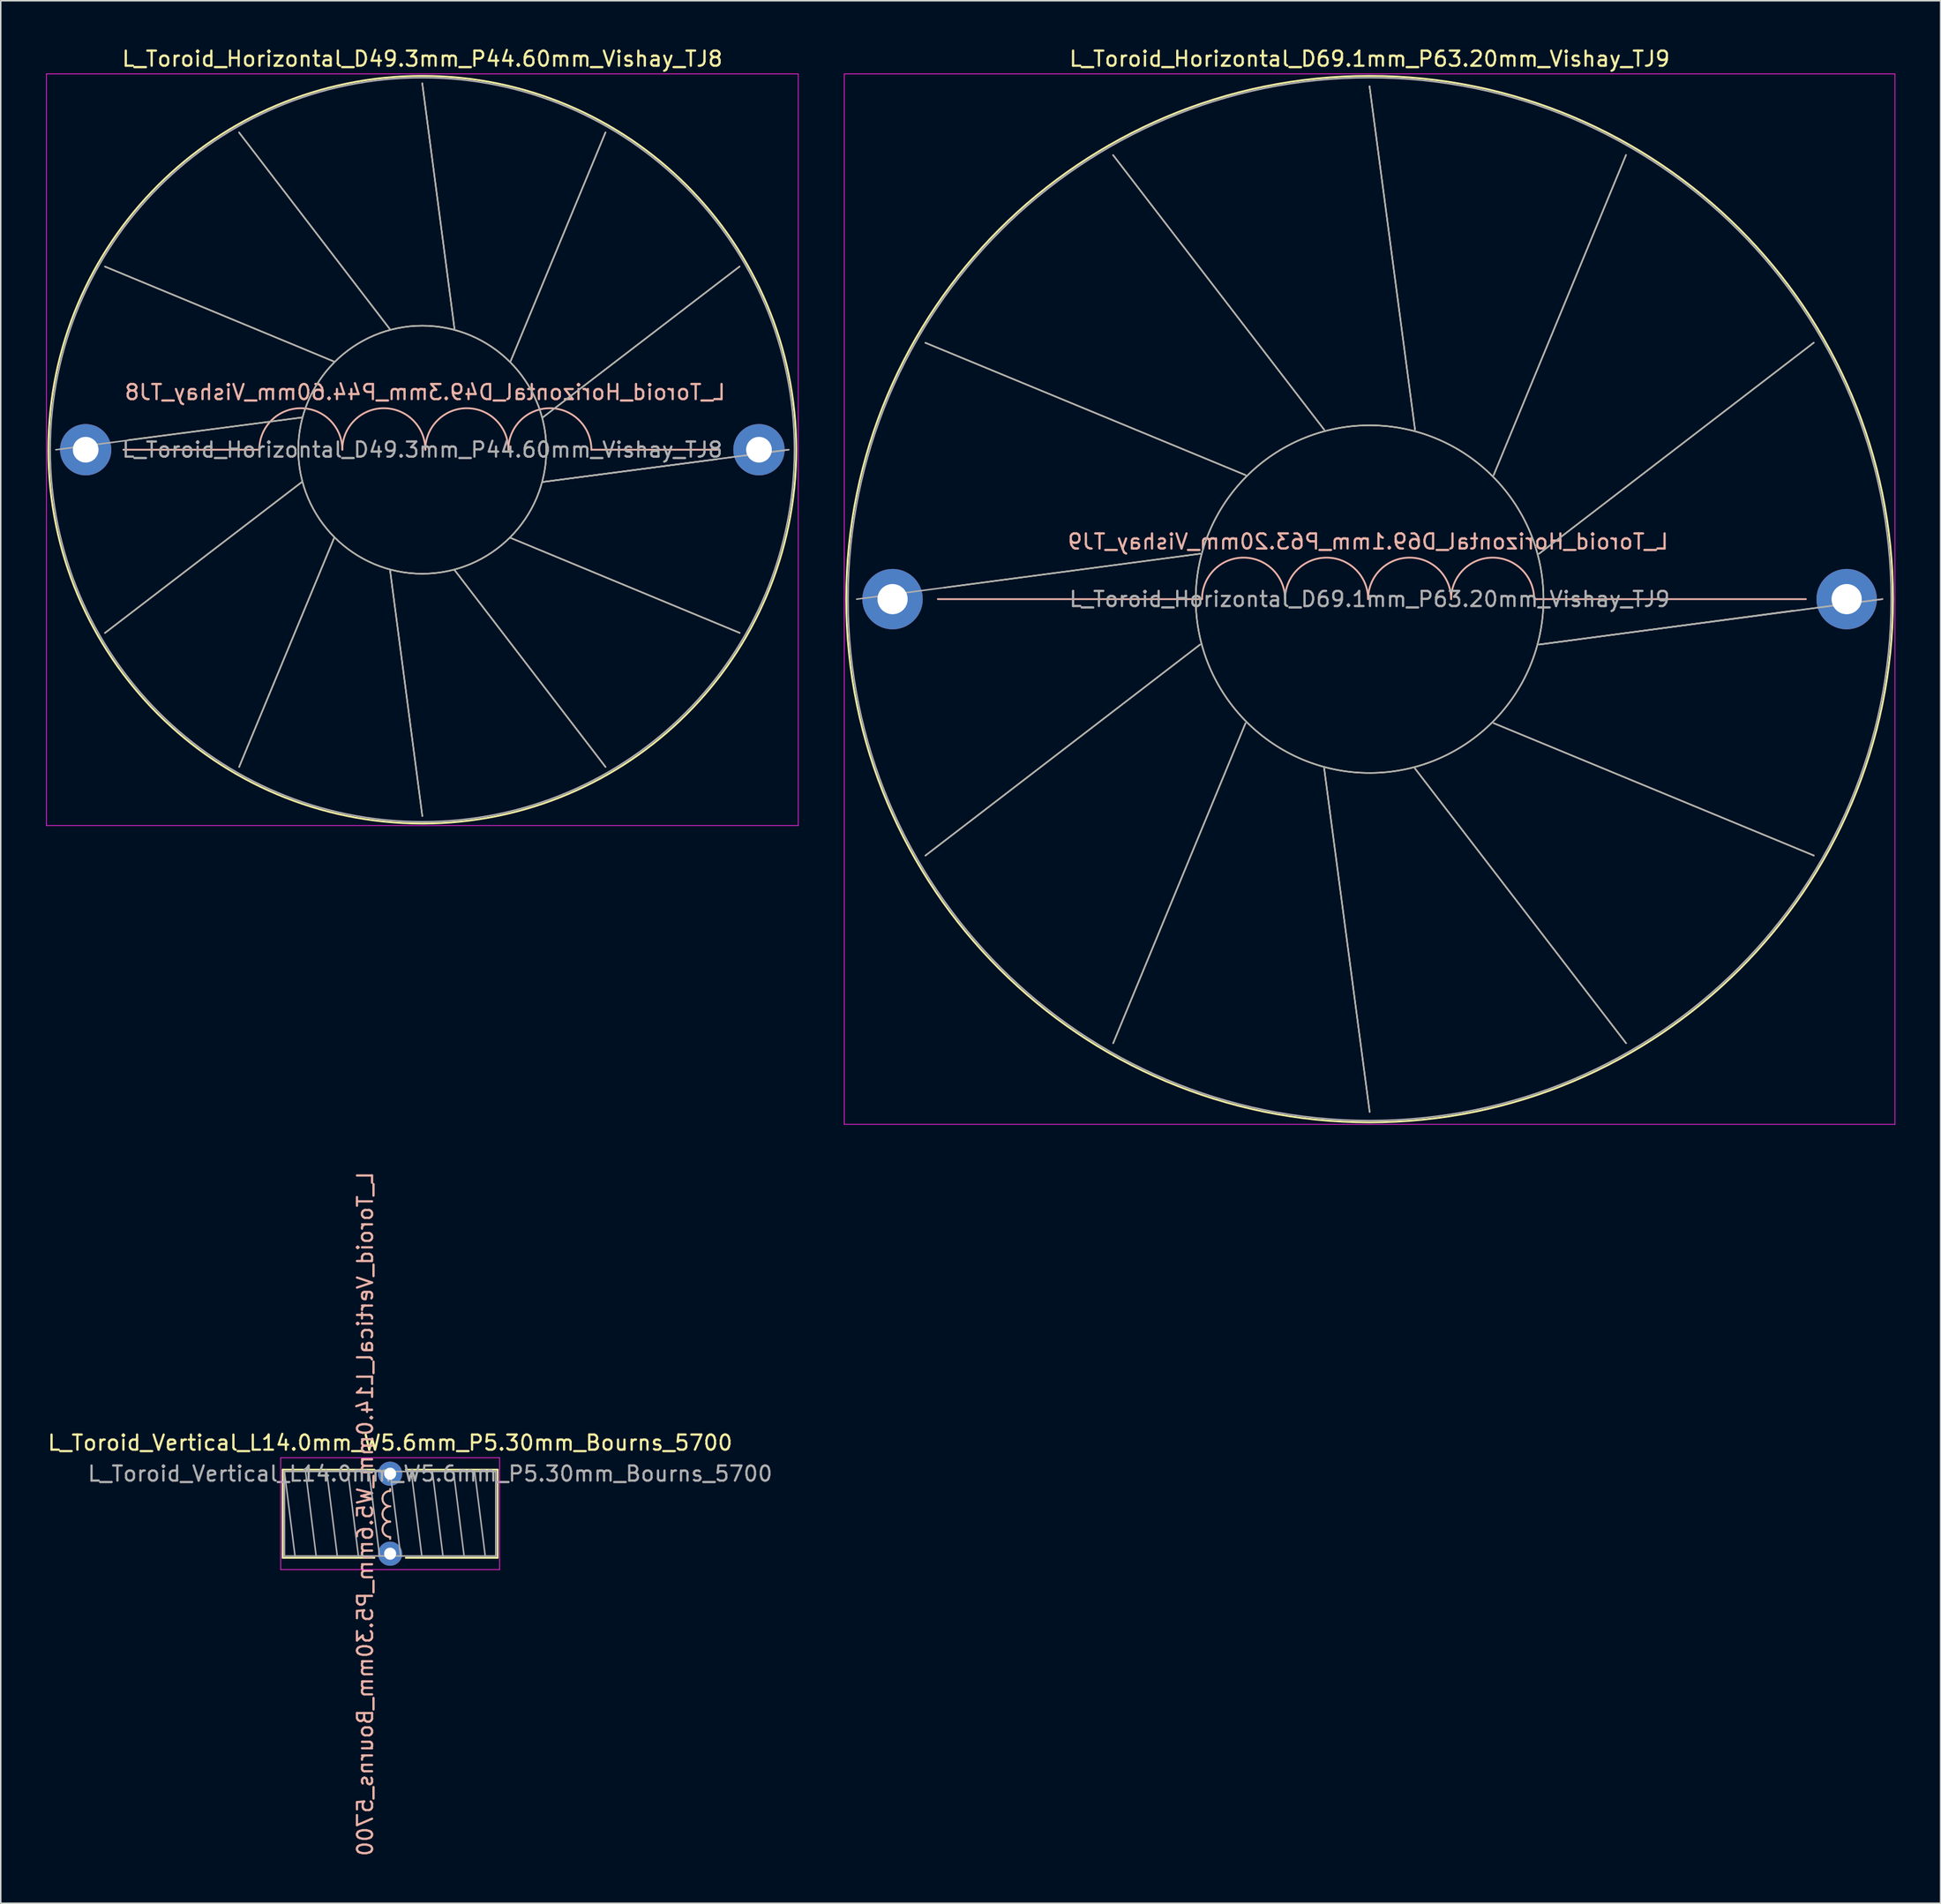
<source format=kicad_pcb>
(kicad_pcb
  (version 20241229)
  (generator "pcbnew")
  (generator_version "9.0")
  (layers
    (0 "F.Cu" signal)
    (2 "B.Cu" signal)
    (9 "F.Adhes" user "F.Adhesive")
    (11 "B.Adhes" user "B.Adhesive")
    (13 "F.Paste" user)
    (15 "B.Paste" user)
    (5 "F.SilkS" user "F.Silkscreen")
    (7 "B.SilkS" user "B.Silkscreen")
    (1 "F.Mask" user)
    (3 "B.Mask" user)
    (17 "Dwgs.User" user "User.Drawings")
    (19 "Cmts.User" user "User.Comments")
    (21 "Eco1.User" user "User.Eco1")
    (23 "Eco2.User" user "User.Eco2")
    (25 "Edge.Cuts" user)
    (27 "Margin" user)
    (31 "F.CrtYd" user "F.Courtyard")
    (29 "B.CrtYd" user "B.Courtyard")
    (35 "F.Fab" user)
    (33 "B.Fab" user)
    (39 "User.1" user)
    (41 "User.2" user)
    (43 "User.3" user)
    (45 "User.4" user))
  (footprint "L_Toroid_Horizontal_D69.1mm_P63.20mm_Vishay_TJ9"
    (layer "F.Cu")
    (at 56.075 36.648)
    (property "Reference" "L_Toroid_Horizontal_D69.1mm_P63.20mm_Vishay_TJ9" (at 31.6 -35.8 0) (layer "F.SilkS") (effects (font (size 1 1) (thickness 0.15))))
    (fp_line (start 2.174 -16.985) (end 23.379 -8.219) (stroke (width 0.1) (type solid)) (layer "F.SilkS"))
    (fp_line (start 2.177 16.991) (end 20.372 3.01) (stroke (width 0.1) (type solid)) (layer "F.SilkS"))
    (fp_line (start 3.429 -0.762) (end 20.371 -3.008) (stroke (width 0.1) (type solid)) (layer "F.SilkS"))
    (fp_line (start 14.608 -29.422) (end 28.59 -11.228) (stroke (width 0.1) (type solid)) (layer "F.SilkS"))
    (fp_line (start 14.614 29.426) (end 23.381 8.22) (stroke (width 0.1) (type solid)) (layer "F.SilkS"))
    (fp_line (start 31.595 -33.977) (end 34.607 -11.229) (stroke (width 0.1) (type solid)) (layer "F.SilkS"))
    (fp_line (start 31.602 33.977) (end 28.592 11.229) (stroke (width 0.1) (type solid)) (layer "F.SilkS"))
    (fp_line (start 48.584 -29.427) (end 39.819 -8.221) (stroke (width 0.1) (type solid)) (layer "F.SilkS"))
    (fp_line (start 48.589 29.424) (end 34.609 11.228) (stroke (width 0.1) (type solid)) (layer "F.SilkS"))
    (fp_line (start 59.69 0.762) (end 42.829 3.009) (stroke (width 0.1) (type solid)) (layer "F.SilkS"))
    (fp_line (start 61.022 -16.993) (end 42.828 -3.011) (stroke (width 0.1) (type solid)) (layer "F.SilkS"))
    (fp_line (start 61.025 16.988) (end 39.82 8.22) (stroke (width 0.1) (type solid)) (layer "F.SilkS"))
    (fp_circle (center 31.6 0) (end 43.117 0) (stroke (width 0.1) (type solid)) (fill no) (layer "F.SilkS"))
    (fp_circle (center 31.6 0) (end 66.27 0) (stroke (width 0.12) (type solid)) (fill no) (layer "F.SilkS"))
    (fp_line (start 20.5 0) (end 3 0) (stroke (width 0.12) (type solid)) (layer "B.SilkS"))
    (fp_line (start 42.5 0) (end 60.5 0) (stroke (width 0.12) (type solid)) (layer "B.SilkS"))
    (fp_arc (start 20.5 0) (mid 23.25 -2.75) (end 26 0) (stroke (width 0.12) (type solid)) (layer "B.SilkS"))
    (fp_arc (start 26 0) (mid 28.75 -2.75) (end 31.5 0) (stroke (width 0.12) (type solid)) (layer "B.SilkS"))
    (fp_arc (start 31.5 0) (mid 34.25 -2.75) (end 37 0) (stroke (width 0.12) (type solid)) (layer "B.SilkS"))
    (fp_arc (start 37 0) (mid 39.75 -2.75) (end 42.5 0) (stroke (width 0.12) (type solid)) (layer "B.SilkS"))
    (fp_line (start -3.2 -34.8) (end -3.2 34.8) (stroke (width 0.05) (type solid)) (layer "F.CrtYd"))
    (fp_line (start -3.2 34.8) (end 66.4 34.8) (stroke (width 0.05) (type solid)) (layer "F.CrtYd"))
    (fp_line (start 66.4 -34.8) (end -3.2 -34.8) (stroke (width 0.05) (type solid)) (layer "F.CrtYd"))
    (fp_line (start 66.4 34.8) (end 66.4 -34.8) (stroke (width 0.05) (type solid)) (layer "F.CrtYd"))
    (fp_line (start -2.377 0.003) (end 20.371 -3.008) (stroke (width 0.1) (type solid)) (layer "F.Fab"))
    (fp_line (start 2.174 -16.985) (end 23.379 -8.219) (stroke (width 0.1) (type solid)) (layer "F.Fab"))
    (fp_line (start 2.177 16.991) (end 20.372 3.01) (stroke (width 0.1) (type solid)) (layer "F.Fab"))
    (fp_line (start 14.608 -29.422) (end 28.59 -11.228) (stroke (width 0.1) (type solid)) (layer "F.Fab"))
    (fp_line (start 14.614 29.426) (end 23.381 8.22) (stroke (width 0.1) (type solid)) (layer "F.Fab"))
    (fp_line (start 31.595 -33.977) (end 34.607 -11.229) (stroke (width 0.1) (type solid)) (layer "F.Fab"))
    (fp_line (start 31.602 33.977) (end 28.592 11.229) (stroke (width 0.1) (type solid)) (layer "F.Fab"))
    (fp_line (start 48.584 -29.427) (end 39.819 -8.221) (stroke (width 0.1) (type solid)) (layer "F.Fab"))
    (fp_line (start 48.589 29.424) (end 34.609 11.228) (stroke (width 0.1) (type solid)) (layer "F.Fab"))
    (fp_line (start 61.022 -16.993) (end 42.828 -3.011) (stroke (width 0.1) (type solid)) (layer "F.Fab"))
    (fp_line (start 61.025 16.988) (end 39.82 8.22) (stroke (width 0.1) (type solid)) (layer "F.Fab"))
    (fp_line (start 65.577 -0.006) (end 42.829 3.006) (stroke (width 0.1) (type solid)) (layer "F.Fab"))
    (fp_line (start 65.577 0) (end 42.829 3.009) (stroke (width 0.1) (type solid)) (layer "F.Fab"))
    (fp_circle (center 31.6 0) (end 43.117 0) (stroke (width 0.1) (type solid)) (fill no) (layer "F.Fab"))
    (fp_circle (center 31.6 0) (end 66.15 0) (stroke (width 0.1) (type solid)) (fill no) (layer "F.Fab"))
    (fp_text user "${REFERENCE}" (at 31.496 -3.81 0) (layer "B.SilkS") (effects (font (size 1 1) (thickness 0.15)) (justify mirror)))
    (fp_text user "${REFERENCE}" (at 31.6 0 0) (layer "F.Fab") (effects (font (size 1 1) (thickness 0.15))))
    (pad "1" thru_hole circle (at 0 0) (size 4 4) (drill 2) (layers "*.Cu" "*.Mask"))
    (pad "2" thru_hole circle (at 63.2 0) (size 4 4) (drill 2) (layers "*.Cu" "*.Mask")))
  (footprint "L_Toroid_Vertical_L14.0mm_W5.6mm_P5.30mm_Bourns_5700"
    (layer "F.Cu")
    (at 22.792 94.598)
    (property "Reference" "L_Toroid_Vertical_L14.0mm_W5.6mm_P5.30mm_Bourns_5700" (at 0 -2.05 0) (layer "F.SilkS") (effects (font (size 1 1) (thickness 0.15))))
    (fp_line (start -7.12 -0.27) (end -7.12 5.57) (stroke (width 0.12) (type solid)) (layer "F.SilkS"))
    (fp_line (start -7.12 -0.27) (end -1.037 -0.27) (stroke (width 0.12) (type solid)) (layer "F.SilkS"))
    (fp_line (start -7.12 5.57) (end -1.037 5.57) (stroke (width 0.12) (type solid)) (layer "F.SilkS"))
    (fp_line (start 0 1.143) (end 0 1.016) (stroke (width 0.12) (type solid)) (layer "F.SilkS"))
    (fp_line (start 0 4.191) (end 0 4.318) (stroke (width 0.12) (type solid)) (layer "F.SilkS"))
    (fp_line (start 1.037 -0.27) (end 7.12 -0.27) (stroke (width 0.12) (type solid)) (layer "F.SilkS"))
    (fp_line (start 1.037 5.57) (end 7.12 5.57) (stroke (width 0.12) (type solid)) (layer "F.SilkS"))
    (fp_line (start 7.12 -0.27) (end 7.12 5.57) (stroke (width 0.12) (type solid)) (layer "F.SilkS"))
    (fp_arc (start 0 2.159) (mid -0.508 1.651) (end 0 1.143) (stroke (width 0.12) (type solid)) (layer "F.SilkS"))
    (fp_arc (start 0 3.175) (mid -0.508 2.667) (end 0 2.159) (stroke (width 0.12) (type solid)) (layer "F.SilkS"))
    (fp_arc (start 0 4.191) (mid -0.508 3.683) (end 0 3.175) (stroke (width 0.12) (type solid)) (layer "F.SilkS"))
    (fp_line (start 0 1.143) (end 0 1.016) (stroke (width 0.12) (type solid)) (layer "B.SilkS"))
    (fp_line (start 0 4.191) (end 0 4.318) (stroke (width 0.12) (type solid)) (layer "B.SilkS"))
    (fp_arc (start 0 2.159) (mid -0.508 1.651) (end 0 1.143) (stroke (width 0.12) (type solid)) (layer "B.SilkS"))
    (fp_arc (start 0 3.175) (mid -0.508 2.667) (end 0 2.159) (stroke (width 0.12) (type solid)) (layer "B.SilkS"))
    (fp_arc (start 0 4.191) (mid -0.508 3.683) (end 0 3.175) (stroke (width 0.12) (type solid)) (layer "B.SilkS"))
    (fp_line (start -7.25 -1.06) (end -7.25 6.35) (stroke (width 0.05) (type solid)) (layer "F.CrtYd"))
    (fp_line (start -7.25 6.35) (end 7.25 6.35) (stroke (width 0.05) (type solid)) (layer "F.CrtYd"))
    (fp_line (start 7.25 -1.06) (end -7.25 -1.06) (stroke (width 0.05) (type solid)) (layer "F.CrtYd"))
    (fp_line (start 7.25 6.35) (end 7.25 -1.06) (stroke (width 0.05) (type solid)) (layer "F.CrtYd"))
    (fp_line (start -7 -0.15) (end -7 5.45) (stroke (width 0.1) (type solid)) (layer "F.Fab"))
    (fp_line (start -7 -0.15) (end -6.3 5.45) (stroke (width 0.1) (type solid)) (layer "F.Fab"))
    (fp_line (start -7 5.45) (end 7 5.45) (stroke (width 0.1) (type solid)) (layer "F.Fab"))
    (fp_line (start -5.6 -0.15) (end -4.9 5.45) (stroke (width 0.1) (type solid)) (layer "F.Fab"))
    (fp_line (start -4.2 -0.15) (end -3.5 5.45) (stroke (width 0.1) (type solid)) (layer "F.Fab"))
    (fp_line (start -2.8 -0.15) (end -2.1 5.45) (stroke (width 0.1) (type solid)) (layer "F.Fab"))
    (fp_line (start -1.4 -0.15) (end -0.7 5.45) (stroke (width 0.1) (type solid)) (layer "F.Fab"))
    (fp_line (start 0 -0.15) (end 0.7 5.45) (stroke (width 0.1) (type solid)) (layer "F.Fab"))
    (fp_line (start 1.4 -0.15) (end 2.1 5.45) (stroke (width 0.1) (type solid)) (layer "F.Fab"))
    (fp_line (start 2.8 -0.15) (end 3.5 5.45) (stroke (width 0.1) (type solid)) (layer "F.Fab"))
    (fp_line (start 4.2 -0.15) (end 4.9 5.45) (stroke (width 0.1) (type solid)) (layer "F.Fab"))
    (fp_line (start 5.6 -0.15) (end 6.3 5.45) (stroke (width 0.1) (type solid)) (layer "F.Fab"))
    (fp_line (start 7 -0.15) (end -7 -0.15) (stroke (width 0.1) (type solid)) (layer "F.Fab"))
    (fp_line (start 7 5.45) (end 7 -0.15) (stroke (width 0.1) (type solid)) (layer "F.Fab"))
    (fp_text user "${REFERENCE}" (at -1.651 2.667 90) (layer "B.SilkS") (effects (font (size 1 1) (thickness 0.15)) (justify mirror)))
    (fp_text user "${REFERENCE}" (at 2.65 0 0) (layer "F.Fab") (effects (font (size 1 1) (thickness 0.15))))
    (pad "1" thru_hole circle (at 0 0) (size 1.6 1.6) (drill 0.8) (layers "*.Cu" "*.Mask"))
    (pad "2" thru_hole circle (at 0 5.3) (size 1.6 1.6) (drill 0.8) (layers "*.Cu" "*.Mask")))
  (footprint "L_Toroid_Horizontal_D49.3mm_P44.60mm_Vishay_TJ8"
    (layer "F.Cu")
    (at 2.625 26.748)
    (property "Reference" "L_Toroid_Horizontal_D49.3mm_P44.60mm_Vishay_TJ8" (at 22.3 -25.9 0) (layer "F.SilkS") (effects (font (size 1 1) (thickness 0.15))))
    (fp_line (start 1.276 -12.135) (end 16.46 -5.839) (stroke (width 0.1) (type solid)) (layer "F.SilkS"))
    (fp_line (start 1.279 12.139) (end 14.323 2.138) (stroke (width 0.1) (type solid)) (layer "F.SilkS"))
    (fp_line (start 2.794 -0.635) (end 14.323 -2.137) (stroke (width 0.1) (type solid)) (layer "F.SilkS"))
    (fp_line (start 10.16 -21.021) (end 20.161 -7.977) (stroke (width 0.1) (type solid)) (layer "F.SilkS"))
    (fp_line (start 10.164 21.023) (end 16.461 5.84) (stroke (width 0.1) (type solid)) (layer "F.SilkS"))
    (fp_line (start 22.297 -24.275) (end 24.436 -7.978) (stroke (width 0.1) (type solid)) (layer "F.SilkS"))
    (fp_line (start 22.301 24.275) (end 20.163 7.977) (stroke (width 0.1) (type solid)) (layer "F.SilkS"))
    (fp_line (start 34.434 -21.024) (end 28.139 -5.841) (stroke (width 0.1) (type solid)) (layer "F.SilkS"))
    (fp_line (start 34.438 21.022) (end 24.438 7.977) (stroke (width 0.1) (type solid)) (layer "F.SilkS"))
    (fp_line (start 41.783 0.635) (end 30.277 2.137) (stroke (width 0.1) (type solid)) (layer "F.SilkS"))
    (fp_line (start 43.32 -12.141) (end 30.277 -2.139) (stroke (width 0.1) (type solid)) (layer "F.SilkS"))
    (fp_line (start 43.323 12.137) (end 28.14 5.84) (stroke (width 0.1) (type solid)) (layer "F.SilkS"))
    (fp_circle (center 22.3 0) (end 30.517 0) (stroke (width 0.1) (type solid)) (fill no) (layer "F.SilkS"))
    (fp_circle (center 22.3 0) (end 47.07 0) (stroke (width 0.12) (type solid)) (fill no) (layer "F.SilkS"))
    (fp_line (start 11.5 0) (end 2.5 0) (stroke (width 0.12) (type solid)) (layer "B.SilkS"))
    (fp_line (start 33.5 0) (end 42 0) (stroke (width 0.12) (type solid)) (layer "B.SilkS"))
    (fp_arc (start 11.5 0) (mid 14.25 -2.75) (end 17 0) (stroke (width 0.12) (type solid)) (layer "B.SilkS"))
    (fp_arc (start 17 0) (mid 19.75 -2.75) (end 22.5 0) (stroke (width 0.12) (type solid)) (layer "B.SilkS"))
    (fp_arc (start 22.5 0) (mid 25.25 -2.75) (end 28 0) (stroke (width 0.12) (type solid)) (layer "B.SilkS"))
    (fp_arc (start 28 0) (mid 30.75 -2.75) (end 33.5 0) (stroke (width 0.12) (type solid)) (layer "B.SilkS"))
    (fp_line (start -2.6 -24.9) (end -2.6 24.9) (stroke (width 0.05) (type solid)) (layer "F.CrtYd"))
    (fp_line (start -2.6 24.9) (end 47.2 24.9) (stroke (width 0.05) (type solid)) (layer "F.CrtYd"))
    (fp_line (start 47.2 -24.9) (end -2.6 -24.9) (stroke (width 0.05) (type solid)) (layer "F.CrtYd"))
    (fp_line (start 47.2 24.9) (end 47.2 -24.9) (stroke (width 0.05) (type solid)) (layer "F.CrtYd"))
    (fp_line (start -1.975 0.002) (end 14.323 -2.137) (stroke (width 0.1) (type solid)) (layer "F.Fab"))
    (fp_line (start 1.276 -12.135) (end 16.46 -5.839) (stroke (width 0.1) (type solid)) (layer "F.Fab"))
    (fp_line (start 1.279 12.139) (end 14.323 2.138) (stroke (width 0.1) (type solid)) (layer "F.Fab"))
    (fp_line (start 10.16 -21.021) (end 20.161 -7.977) (stroke (width 0.1) (type solid)) (layer "F.Fab"))
    (fp_line (start 10.164 21.023) (end 16.461 5.84) (stroke (width 0.1) (type solid)) (layer "F.Fab"))
    (fp_line (start 22.297 -24.275) (end 24.436 -7.978) (stroke (width 0.1) (type solid)) (layer "F.Fab"))
    (fp_line (start 22.301 24.275) (end 20.163 7.977) (stroke (width 0.1) (type solid)) (layer "F.Fab"))
    (fp_line (start 34.434 -21.024) (end 28.139 -5.841) (stroke (width 0.1) (type solid)) (layer "F.Fab"))
    (fp_line (start 34.438 21.022) (end 24.438 7.977) (stroke (width 0.1) (type solid)) (layer "F.Fab"))
    (fp_line (start 43.32 -12.141) (end 30.277 -2.139) (stroke (width 0.1) (type solid)) (layer "F.Fab"))
    (fp_line (start 43.323 12.137) (end 28.14 5.84) (stroke (width 0.1) (type solid)) (layer "F.Fab"))
    (fp_line (start 46.575 -0.004) (end 30.278 2.136) (stroke (width 0.1) (type solid)) (layer "F.Fab"))
    (fp_line (start 46.575 0) (end 30.277 2.137) (stroke (width 0.1) (type solid)) (layer "F.Fab"))
    (fp_circle (center 22.3 0) (end 30.517 0) (stroke (width 0.1) (type solid)) (fill no) (layer "F.Fab"))
    (fp_circle (center 22.3 0) (end 46.95 0) (stroke (width 0.1) (type solid)) (fill no) (layer "F.Fab"))
    (fp_text user "${REFERENCE}" (at 22.479 -3.81 0) (layer "B.SilkS") (effects (font (size 1 1) (thickness 0.15)) (justify mirror)))
    (fp_text user "${REFERENCE}" (at 22.3 0 0) (layer "F.Fab") (effects (font (size 1 1) (thickness 0.15))))
    (pad "1" thru_hole circle (at 0 0) (size 3.4 3.4) (drill 1.7) (layers "*.Cu" "*.Mask"))
    (pad "2" thru_hole circle (at 44.6 0) (size 3.4 3.4) (drill 1.7) (layers "*.Cu" "*.Mask")))
  (gr_rect
    (start -3 -3)
    (end 125.5 123.057)
    (stroke (width 0.1) (type default))
    (fill no)
    (layer "Edge.Cuts")))
</source>
